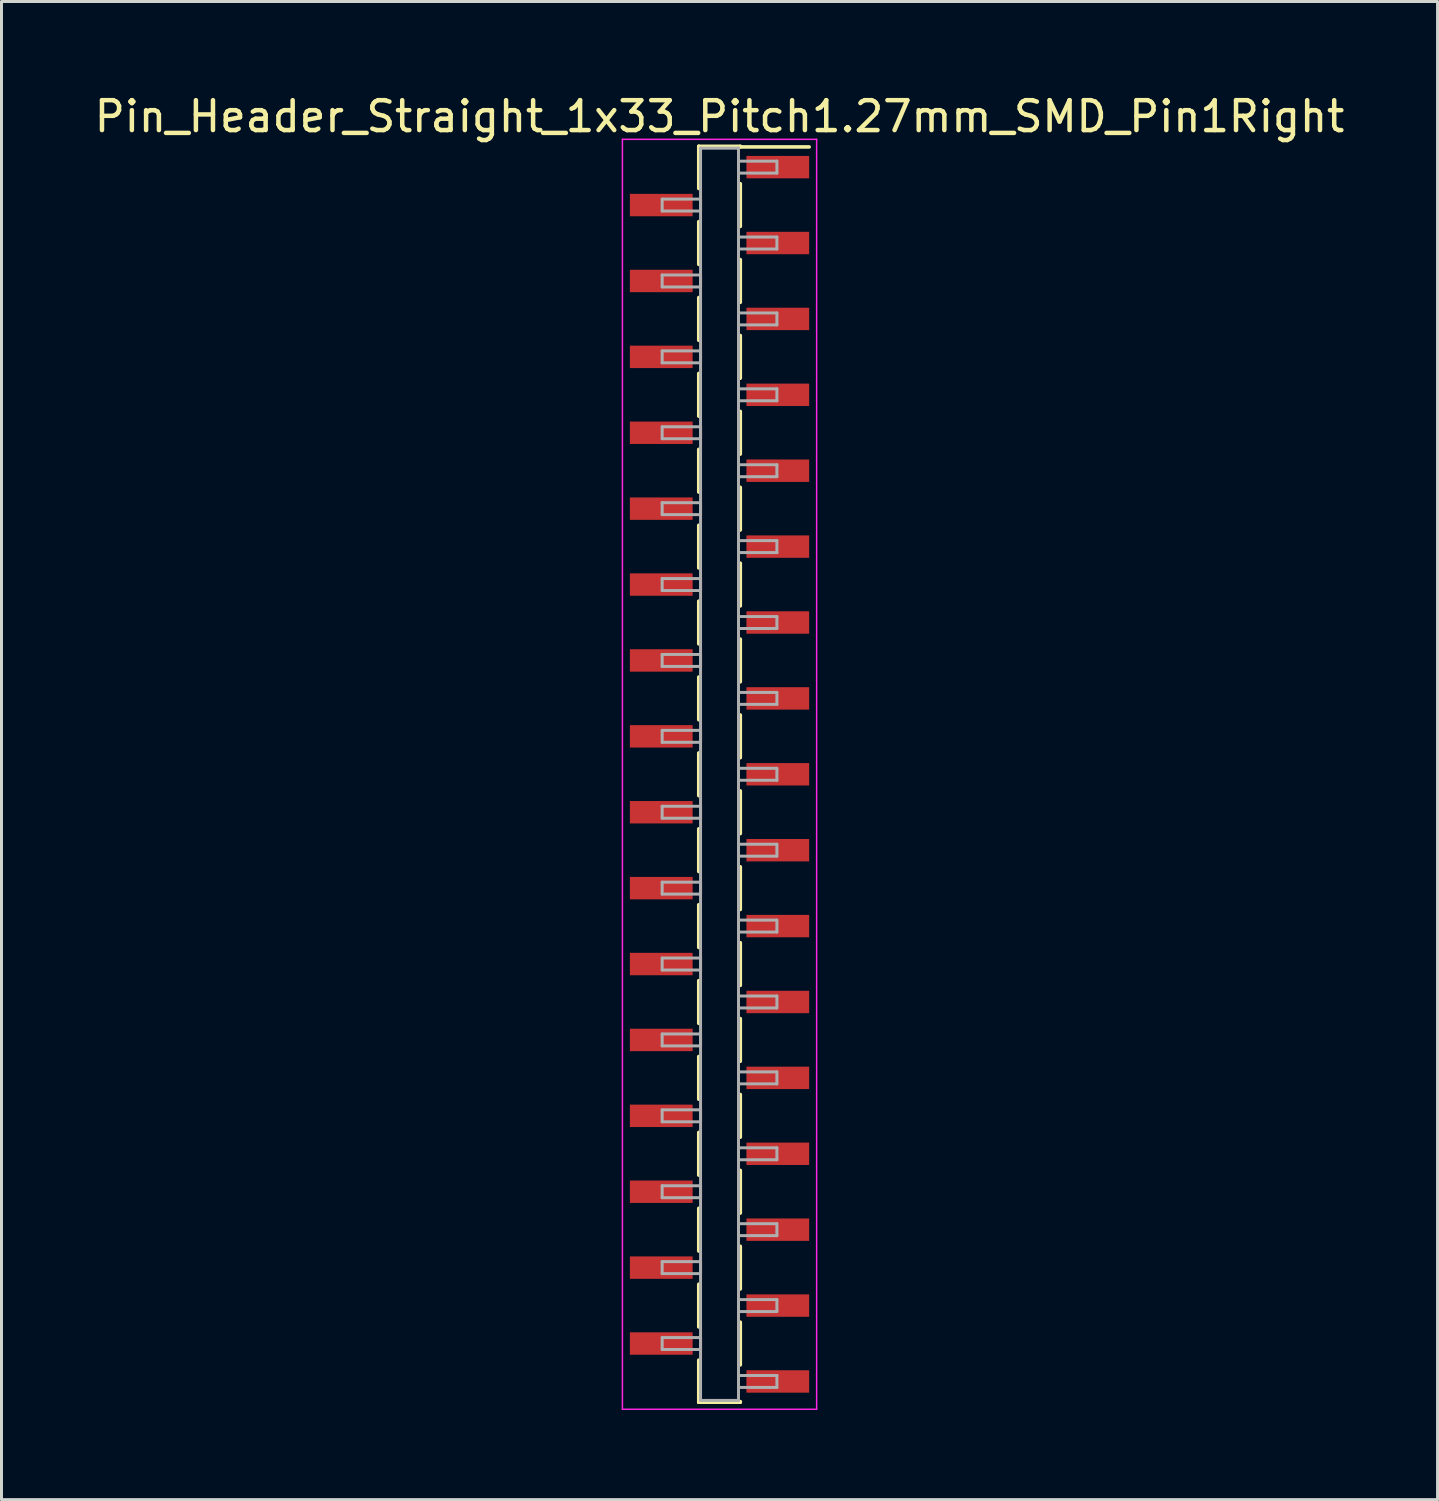
<source format=kicad_pcb>
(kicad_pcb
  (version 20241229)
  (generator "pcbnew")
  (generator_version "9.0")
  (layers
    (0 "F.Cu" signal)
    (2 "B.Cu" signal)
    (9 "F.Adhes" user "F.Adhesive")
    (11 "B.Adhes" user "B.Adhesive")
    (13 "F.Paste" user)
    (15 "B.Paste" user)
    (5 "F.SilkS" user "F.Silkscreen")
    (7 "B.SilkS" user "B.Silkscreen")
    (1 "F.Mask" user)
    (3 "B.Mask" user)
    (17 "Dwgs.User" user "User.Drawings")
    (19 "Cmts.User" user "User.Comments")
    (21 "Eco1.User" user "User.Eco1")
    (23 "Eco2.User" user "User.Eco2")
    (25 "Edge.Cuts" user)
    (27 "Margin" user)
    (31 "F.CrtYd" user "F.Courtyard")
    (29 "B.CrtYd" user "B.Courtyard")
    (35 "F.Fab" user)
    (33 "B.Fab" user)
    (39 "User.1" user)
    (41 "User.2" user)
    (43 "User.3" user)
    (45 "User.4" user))
  (footprint "Pin_Header_Straight_1x33_Pitch1.27mm_SMD_Pin1Right"
    (layer "F.Cu")
    (at 21.03 22.863)
    (property "Reference" "Pin_Header_Straight_1x33_Pitch1.27mm_SMD_Pin1Right" (at 0 -22.015 0) (layer "F.SilkS") (effects (font (size 1 1) (thickness 0.15))))
    (attr smd)
    (fp_line (start -0.695 -21.015) (end -0.695 -19.605) (stroke (width 0.12) (type solid)) (layer "F.SilkS"))
    (fp_line (start -0.695 -21.015) (end 0.695 -21.015) (stroke (width 0.12) (type solid)) (layer "F.SilkS"))
    (fp_line (start -0.695 -20.995) (end -0.695 -21.015) (stroke (width 0.12) (type solid)) (layer "F.SilkS"))
    (fp_line (start -0.695 -18.495) (end -0.695 -17.065) (stroke (width 0.12) (type solid)) (layer "F.SilkS"))
    (fp_line (start -0.695 -15.955) (end -0.695 -14.525) (stroke (width 0.12) (type solid)) (layer "F.SilkS"))
    (fp_line (start -0.695 -13.415) (end -0.695 -11.985) (stroke (width 0.12) (type solid)) (layer "F.SilkS"))
    (fp_line (start -0.695 -10.875) (end -0.695 -9.445) (stroke (width 0.12) (type solid)) (layer "F.SilkS"))
    (fp_line (start -0.695 -8.335) (end -0.695 -6.905) (stroke (width 0.12) (type solid)) (layer "F.SilkS"))
    (fp_line (start -0.695 -5.795) (end -0.695 -4.365) (stroke (width 0.12) (type solid)) (layer "F.SilkS"))
    (fp_line (start -0.695 -3.255) (end -0.695 -1.825) (stroke (width 0.12) (type solid)) (layer "F.SilkS"))
    (fp_line (start -0.695 -0.715) (end -0.695 0.715) (stroke (width 0.12) (type solid)) (layer "F.SilkS"))
    (fp_line (start -0.695 1.825) (end -0.695 3.255) (stroke (width 0.12) (type solid)) (layer "F.SilkS"))
    (fp_line (start -0.695 4.365) (end -0.695 5.795) (stroke (width 0.12) (type solid)) (layer "F.SilkS"))
    (fp_line (start -0.695 6.905) (end -0.695 8.335) (stroke (width 0.12) (type solid)) (layer "F.SilkS"))
    (fp_line (start -0.695 9.445) (end -0.695 10.875) (stroke (width 0.12) (type solid)) (layer "F.SilkS"))
    (fp_line (start -0.695 11.985) (end -0.695 13.415) (stroke (width 0.12) (type solid)) (layer "F.SilkS"))
    (fp_line (start -0.695 14.525) (end -0.695 15.955) (stroke (width 0.12) (type solid)) (layer "F.SilkS"))
    (fp_line (start -0.695 17.065) (end -0.695 18.495) (stroke (width 0.12) (type solid)) (layer "F.SilkS"))
    (fp_line (start -0.695 19.605) (end -0.695 21.015) (stroke (width 0.12) (type solid)) (layer "F.SilkS"))
    (fp_line (start -0.695 20.995) (end -0.695 21.015) (stroke (width 0.12) (type solid)) (layer "F.SilkS"))
    (fp_line (start -0.695 21.015) (end 0.695 21.015) (stroke (width 0.12) (type solid)) (layer "F.SilkS"))
    (fp_line (start 0.695 -21.015) (end 0.695 -20.995) (stroke (width 0.12) (type solid)) (layer "F.SilkS"))
    (fp_line (start 0.695 -20.995) (end 3 -20.995) (stroke (width 0.12) (type solid)) (layer "F.SilkS"))
    (fp_line (start 0.695 -19.765) (end 0.695 -18.335) (stroke (width 0.12) (type solid)) (layer "F.SilkS"))
    (fp_line (start 0.695 -17.225) (end 0.695 -15.795) (stroke (width 0.12) (type solid)) (layer "F.SilkS"))
    (fp_line (start 0.695 -14.685) (end 0.695 -13.255) (stroke (width 0.12) (type solid)) (layer "F.SilkS"))
    (fp_line (start 0.695 -12.145) (end 0.695 -10.715) (stroke (width 0.12) (type solid)) (layer "F.SilkS"))
    (fp_line (start 0.695 -9.605) (end 0.695 -8.175) (stroke (width 0.12) (type solid)) (layer "F.SilkS"))
    (fp_line (start 0.695 -7.065) (end 0.695 -5.635) (stroke (width 0.12) (type solid)) (layer "F.SilkS"))
    (fp_line (start 0.695 -4.525) (end 0.695 -3.095) (stroke (width 0.12) (type solid)) (layer "F.SilkS"))
    (fp_line (start 0.695 -1.985) (end 0.695 -0.555) (stroke (width 0.12) (type solid)) (layer "F.SilkS"))
    (fp_line (start 0.695 0.555) (end 0.695 1.985) (stroke (width 0.12) (type solid)) (layer "F.SilkS"))
    (fp_line (start 0.695 3.095) (end 0.695 4.525) (stroke (width 0.12) (type solid)) (layer "F.SilkS"))
    (fp_line (start 0.695 5.635) (end 0.695 7.065) (stroke (width 0.12) (type solid)) (layer "F.SilkS"))
    (fp_line (start 0.695 8.175) (end 0.695 9.605) (stroke (width 0.12) (type solid)) (layer "F.SilkS"))
    (fp_line (start 0.695 10.715) (end 0.695 12.145) (stroke (width 0.12) (type solid)) (layer "F.SilkS"))
    (fp_line (start 0.695 13.255) (end 0.695 14.685) (stroke (width 0.12) (type solid)) (layer "F.SilkS"))
    (fp_line (start 0.695 15.795) (end 0.695 17.225) (stroke (width 0.12) (type solid)) (layer "F.SilkS"))
    (fp_line (start 0.695 18.335) (end 0.695 19.765) (stroke (width 0.12) (type solid)) (layer "F.SilkS"))
    (fp_line (start 0.695 21.015) (end 0.695 20.995) (stroke (width 0.12) (type solid)) (layer "F.SilkS"))
    (fp_line (start -3.25 -21.25) (end -3.25 21.25) (stroke (width 0.05) (type solid)) (layer "F.CrtYd"))
    (fp_line (start -3.25 21.25) (end 3.25 21.25) (stroke (width 0.05) (type solid)) (layer "F.CrtYd"))
    (fp_line (start 3.25 -21.25) (end -3.25 -21.25) (stroke (width 0.05) (type solid)) (layer "F.CrtYd"))
    (fp_line (start 3.25 21.25) (end 3.25 -21.25) (stroke (width 0.05) (type solid)) (layer "F.CrtYd"))
    (fp_line (start -1.92 -19.25) (end -0.635 -19.25) (stroke (width 0.1) (type solid)) (layer "F.Fab"))
    (fp_line (start -1.92 -18.85) (end -1.92 -19.25) (stroke (width 0.1) (type solid)) (layer "F.Fab"))
    (fp_line (start -1.92 -16.71) (end -0.635 -16.71) (stroke (width 0.1) (type solid)) (layer "F.Fab"))
    (fp_line (start -1.92 -16.31) (end -1.92 -16.71) (stroke (width 0.1) (type solid)) (layer "F.Fab"))
    (fp_line (start -1.92 -14.17) (end -0.635 -14.17) (stroke (width 0.1) (type solid)) (layer "F.Fab"))
    (fp_line (start -1.92 -13.77) (end -1.92 -14.17) (stroke (width 0.1) (type solid)) (layer "F.Fab"))
    (fp_line (start -1.92 -11.63) (end -0.635 -11.63) (stroke (width 0.1) (type solid)) (layer "F.Fab"))
    (fp_line (start -1.92 -11.23) (end -1.92 -11.63) (stroke (width 0.1) (type solid)) (layer "F.Fab"))
    (fp_line (start -1.92 -9.09) (end -0.635 -9.09) (stroke (width 0.1) (type solid)) (layer "F.Fab"))
    (fp_line (start -1.92 -8.69) (end -1.92 -9.09) (stroke (width 0.1) (type solid)) (layer "F.Fab"))
    (fp_line (start -1.92 -6.55) (end -0.635 -6.55) (stroke (width 0.1) (type solid)) (layer "F.Fab"))
    (fp_line (start -1.92 -6.15) (end -1.92 -6.55) (stroke (width 0.1) (type solid)) (layer "F.Fab"))
    (fp_line (start -1.92 -4.01) (end -0.635 -4.01) (stroke (width 0.1) (type solid)) (layer "F.Fab"))
    (fp_line (start -1.92 -3.61) (end -1.92 -4.01) (stroke (width 0.1) (type solid)) (layer "F.Fab"))
    (fp_line (start -1.92 -1.47) (end -0.635 -1.47) (stroke (width 0.1) (type solid)) (layer "F.Fab"))
    (fp_line (start -1.92 -1.07) (end -1.92 -1.47) (stroke (width 0.1) (type solid)) (layer "F.Fab"))
    (fp_line (start -1.92 1.07) (end -0.635 1.07) (stroke (width 0.1) (type solid)) (layer "F.Fab"))
    (fp_line (start -1.92 1.47) (end -1.92 1.07) (stroke (width 0.1) (type solid)) (layer "F.Fab"))
    (fp_line (start -1.92 3.61) (end -0.635 3.61) (stroke (width 0.1) (type solid)) (layer "F.Fab"))
    (fp_line (start -1.92 4.01) (end -1.92 3.61) (stroke (width 0.1) (type solid)) (layer "F.Fab"))
    (fp_line (start -1.92 6.15) (end -0.635 6.15) (stroke (width 0.1) (type solid)) (layer "F.Fab"))
    (fp_line (start -1.92 6.55) (end -1.92 6.15) (stroke (width 0.1) (type solid)) (layer "F.Fab"))
    (fp_line (start -1.92 8.69) (end -0.635 8.69) (stroke (width 0.1) (type solid)) (layer "F.Fab"))
    (fp_line (start -1.92 9.09) (end -1.92 8.69) (stroke (width 0.1) (type solid)) (layer "F.Fab"))
    (fp_line (start -1.92 11.23) (end -0.635 11.23) (stroke (width 0.1) (type solid)) (layer "F.Fab"))
    (fp_line (start -1.92 11.63) (end -1.92 11.23) (stroke (width 0.1) (type solid)) (layer "F.Fab"))
    (fp_line (start -1.92 13.77) (end -0.635 13.77) (stroke (width 0.1) (type solid)) (layer "F.Fab"))
    (fp_line (start -1.92 14.17) (end -1.92 13.77) (stroke (width 0.1) (type solid)) (layer "F.Fab"))
    (fp_line (start -1.92 16.31) (end -0.635 16.31) (stroke (width 0.1) (type solid)) (layer "F.Fab"))
    (fp_line (start -1.92 16.71) (end -1.92 16.31) (stroke (width 0.1) (type solid)) (layer "F.Fab"))
    (fp_line (start -1.92 18.85) (end -0.635 18.85) (stroke (width 0.1) (type solid)) (layer "F.Fab"))
    (fp_line (start -1.92 19.25) (end -1.92 18.85) (stroke (width 0.1) (type solid)) (layer "F.Fab"))
    (fp_line (start -0.635 -20.955) (end -0.635 20.955) (stroke (width 0.1) (type solid)) (layer "F.Fab"))
    (fp_line (start -0.635 -19.25) (end -0.635 -18.85) (stroke (width 0.1) (type solid)) (layer "F.Fab"))
    (fp_line (start -0.635 -18.85) (end -1.92 -18.85) (stroke (width 0.1) (type solid)) (layer "F.Fab"))
    (fp_line (start -0.635 -16.71) (end -0.635 -16.31) (stroke (width 0.1) (type solid)) (layer "F.Fab"))
    (fp_line (start -0.635 -16.31) (end -1.92 -16.31) (stroke (width 0.1) (type solid)) (layer "F.Fab"))
    (fp_line (start -0.635 -14.17) (end -0.635 -13.77) (stroke (width 0.1) (type solid)) (layer "F.Fab"))
    (fp_line (start -0.635 -13.77) (end -1.92 -13.77) (stroke (width 0.1) (type solid)) (layer "F.Fab"))
    (fp_line (start -0.635 -11.63) (end -0.635 -11.23) (stroke (width 0.1) (type solid)) (layer "F.Fab"))
    (fp_line (start -0.635 -11.23) (end -1.92 -11.23) (stroke (width 0.1) (type solid)) (layer "F.Fab"))
    (fp_line (start -0.635 -9.09) (end -0.635 -8.69) (stroke (width 0.1) (type solid)) (layer "F.Fab"))
    (fp_line (start -0.635 -8.69) (end -1.92 -8.69) (stroke (width 0.1) (type solid)) (layer "F.Fab"))
    (fp_line (start -0.635 -6.55) (end -0.635 -6.15) (stroke (width 0.1) (type solid)) (layer "F.Fab"))
    (fp_line (start -0.635 -6.15) (end -1.92 -6.15) (stroke (width 0.1) (type solid)) (layer "F.Fab"))
    (fp_line (start -0.635 -4.01) (end -0.635 -3.61) (stroke (width 0.1) (type solid)) (layer "F.Fab"))
    (fp_line (start -0.635 -3.61) (end -1.92 -3.61) (stroke (width 0.1) (type solid)) (layer "F.Fab"))
    (fp_line (start -0.635 -1.47) (end -0.635 -1.07) (stroke (width 0.1) (type solid)) (layer "F.Fab"))
    (fp_line (start -0.635 -1.07) (end -1.92 -1.07) (stroke (width 0.1) (type solid)) (layer "F.Fab"))
    (fp_line (start -0.635 1.07) (end -0.635 1.47) (stroke (width 0.1) (type solid)) (layer "F.Fab"))
    (fp_line (start -0.635 1.47) (end -1.92 1.47) (stroke (width 0.1) (type solid)) (layer "F.Fab"))
    (fp_line (start -0.635 3.61) (end -0.635 4.01) (stroke (width 0.1) (type solid)) (layer "F.Fab"))
    (fp_line (start -0.635 4.01) (end -1.92 4.01) (stroke (width 0.1) (type solid)) (layer "F.Fab"))
    (fp_line (start -0.635 6.15) (end -0.635 6.55) (stroke (width 0.1) (type solid)) (layer "F.Fab"))
    (fp_line (start -0.635 6.55) (end -1.92 6.55) (stroke (width 0.1) (type solid)) (layer "F.Fab"))
    (fp_line (start -0.635 8.69) (end -0.635 9.09) (stroke (width 0.1) (type solid)) (layer "F.Fab"))
    (fp_line (start -0.635 9.09) (end -1.92 9.09) (stroke (width 0.1) (type solid)) (layer "F.Fab"))
    (fp_line (start -0.635 11.23) (end -0.635 11.63) (stroke (width 0.1) (type solid)) (layer "F.Fab"))
    (fp_line (start -0.635 11.63) (end -1.92 11.63) (stroke (width 0.1) (type solid)) (layer "F.Fab"))
    (fp_line (start -0.635 13.77) (end -0.635 14.17) (stroke (width 0.1) (type solid)) (layer "F.Fab"))
    (fp_line (start -0.635 14.17) (end -1.92 14.17) (stroke (width 0.1) (type solid)) (layer "F.Fab"))
    (fp_line (start -0.635 16.31) (end -0.635 16.71) (stroke (width 0.1) (type solid)) (layer "F.Fab"))
    (fp_line (start -0.635 16.71) (end -1.92 16.71) (stroke (width 0.1) (type solid)) (layer "F.Fab"))
    (fp_line (start -0.635 18.85) (end -0.635 19.25) (stroke (width 0.1) (type solid)) (layer "F.Fab"))
    (fp_line (start -0.635 19.25) (end -1.92 19.25) (stroke (width 0.1) (type solid)) (layer "F.Fab"))
    (fp_line (start -0.635 20.955) (end 0.635 20.955) (stroke (width 0.1) (type solid)) (layer "F.Fab"))
    (fp_line (start 0.635 -20.955) (end -0.635 -20.955) (stroke (width 0.1) (type solid)) (layer "F.Fab"))
    (fp_line (start 0.635 -20.52) (end 0.635 -20.12) (stroke (width 0.1) (type solid)) (layer "F.Fab"))
    (fp_line (start 0.635 -20.12) (end 1.92 -20.12) (stroke (width 0.1) (type solid)) (layer "F.Fab"))
    (fp_line (start 0.635 -17.98) (end 0.635 -17.58) (stroke (width 0.1) (type solid)) (layer "F.Fab"))
    (fp_line (start 0.635 -17.58) (end 1.92 -17.58) (stroke (width 0.1) (type solid)) (layer "F.Fab"))
    (fp_line (start 0.635 -15.44) (end 0.635 -15.04) (stroke (width 0.1) (type solid)) (layer "F.Fab"))
    (fp_line (start 0.635 -15.04) (end 1.92 -15.04) (stroke (width 0.1) (type solid)) (layer "F.Fab"))
    (fp_line (start 0.635 -12.9) (end 0.635 -12.5) (stroke (width 0.1) (type solid)) (layer "F.Fab"))
    (fp_line (start 0.635 -12.5) (end 1.92 -12.5) (stroke (width 0.1) (type solid)) (layer "F.Fab"))
    (fp_line (start 0.635 -10.36) (end 0.635 -9.96) (stroke (width 0.1) (type solid)) (layer "F.Fab"))
    (fp_line (start 0.635 -9.96) (end 1.92 -9.96) (stroke (width 0.1) (type solid)) (layer "F.Fab"))
    (fp_line (start 0.635 -7.82) (end 0.635 -7.42) (stroke (width 0.1) (type solid)) (layer "F.Fab"))
    (fp_line (start 0.635 -7.42) (end 1.92 -7.42) (stroke (width 0.1) (type solid)) (layer "F.Fab"))
    (fp_line (start 0.635 -5.28) (end 0.635 -4.88) (stroke (width 0.1) (type solid)) (layer "F.Fab"))
    (fp_line (start 0.635 -4.88) (end 1.92 -4.88) (stroke (width 0.1) (type solid)) (layer "F.Fab"))
    (fp_line (start 0.635 -2.74) (end 0.635 -2.34) (stroke (width 0.1) (type solid)) (layer "F.Fab"))
    (fp_line (start 0.635 -2.34) (end 1.92 -2.34) (stroke (width 0.1) (type solid)) (layer "F.Fab"))
    (fp_line (start 0.635 -0.2) (end 0.635 0.2) (stroke (width 0.1) (type solid)) (layer "F.Fab"))
    (fp_line (start 0.635 0.2) (end 1.92 0.2) (stroke (width 0.1) (type solid)) (layer "F.Fab"))
    (fp_line (start 0.635 2.34) (end 0.635 2.74) (stroke (width 0.1) (type solid)) (layer "F.Fab"))
    (fp_line (start 0.635 2.74) (end 1.92 2.74) (stroke (width 0.1) (type solid)) (layer "F.Fab"))
    (fp_line (start 0.635 4.88) (end 0.635 5.28) (stroke (width 0.1) (type solid)) (layer "F.Fab"))
    (fp_line (start 0.635 5.28) (end 1.92 5.28) (stroke (width 0.1) (type solid)) (layer "F.Fab"))
    (fp_line (start 0.635 7.42) (end 0.635 7.82) (stroke (width 0.1) (type solid)) (layer "F.Fab"))
    (fp_line (start 0.635 7.82) (end 1.92 7.82) (stroke (width 0.1) (type solid)) (layer "F.Fab"))
    (fp_line (start 0.635 9.96) (end 0.635 10.36) (stroke (width 0.1) (type solid)) (layer "F.Fab"))
    (fp_line (start 0.635 10.36) (end 1.92 10.36) (stroke (width 0.1) (type solid)) (layer "F.Fab"))
    (fp_line (start 0.635 12.5) (end 0.635 12.9) (stroke (width 0.1) (type solid)) (layer "F.Fab"))
    (fp_line (start 0.635 12.9) (end 1.92 12.9) (stroke (width 0.1) (type solid)) (layer "F.Fab"))
    (fp_line (start 0.635 15.04) (end 0.635 15.44) (stroke (width 0.1) (type solid)) (layer "F.Fab"))
    (fp_line (start 0.635 15.44) (end 1.92 15.44) (stroke (width 0.1) (type solid)) (layer "F.Fab"))
    (fp_line (start 0.635 17.58) (end 0.635 17.98) (stroke (width 0.1) (type solid)) (layer "F.Fab"))
    (fp_line (start 0.635 17.98) (end 1.92 17.98) (stroke (width 0.1) (type solid)) (layer "F.Fab"))
    (fp_line (start 0.635 20.12) (end 0.635 20.52) (stroke (width 0.1) (type solid)) (layer "F.Fab"))
    (fp_line (start 0.635 20.52) (end 1.92 20.52) (stroke (width 0.1) (type solid)) (layer "F.Fab"))
    (fp_line (start 0.635 20.955) (end 0.635 -20.955) (stroke (width 0.1) (type solid)) (layer "F.Fab"))
    (fp_line (start 1.92 -20.52) (end 0.635 -20.52) (stroke (width 0.1) (type solid)) (layer "F.Fab"))
    (fp_line (start 1.92 -20.12) (end 1.92 -20.52) (stroke (width 0.1) (type solid)) (layer "F.Fab"))
    (fp_line (start 1.92 -17.98) (end 0.635 -17.98) (stroke (width 0.1) (type solid)) (layer "F.Fab"))
    (fp_line (start 1.92 -17.58) (end 1.92 -17.98) (stroke (width 0.1) (type solid)) (layer "F.Fab"))
    (fp_line (start 1.92 -15.44) (end 0.635 -15.44) (stroke (width 0.1) (type solid)) (layer "F.Fab"))
    (fp_line (start 1.92 -15.04) (end 1.92 -15.44) (stroke (width 0.1) (type solid)) (layer "F.Fab"))
    (fp_line (start 1.92 -12.9) (end 0.635 -12.9) (stroke (width 0.1) (type solid)) (layer "F.Fab"))
    (fp_line (start 1.92 -12.5) (end 1.92 -12.9) (stroke (width 0.1) (type solid)) (layer "F.Fab"))
    (fp_line (start 1.92 -10.36) (end 0.635 -10.36) (stroke (width 0.1) (type solid)) (layer "F.Fab"))
    (fp_line (start 1.92 -9.96) (end 1.92 -10.36) (stroke (width 0.1) (type solid)) (layer "F.Fab"))
    (fp_line (start 1.92 -7.82) (end 0.635 -7.82) (stroke (width 0.1) (type solid)) (layer "F.Fab"))
    (fp_line (start 1.92 -7.42) (end 1.92 -7.82) (stroke (width 0.1) (type solid)) (layer "F.Fab"))
    (fp_line (start 1.92 -5.28) (end 0.635 -5.28) (stroke (width 0.1) (type solid)) (layer "F.Fab"))
    (fp_line (start 1.92 -4.88) (end 1.92 -5.28) (stroke (width 0.1) (type solid)) (layer "F.Fab"))
    (fp_line (start 1.92 -2.74) (end 0.635 -2.74) (stroke (width 0.1) (type solid)) (layer "F.Fab"))
    (fp_line (start 1.92 -2.34) (end 1.92 -2.74) (stroke (width 0.1) (type solid)) (layer "F.Fab"))
    (fp_line (start 1.92 -0.2) (end 0.635 -0.2) (stroke (width 0.1) (type solid)) (layer "F.Fab"))
    (fp_line (start 1.92 0.2) (end 1.92 -0.2) (stroke (width 0.1) (type solid)) (layer "F.Fab"))
    (fp_line (start 1.92 2.34) (end 0.635 2.34) (stroke (width 0.1) (type solid)) (layer "F.Fab"))
    (fp_line (start 1.92 2.74) (end 1.92 2.34) (stroke (width 0.1) (type solid)) (layer "F.Fab"))
    (fp_line (start 1.92 4.88) (end 0.635 4.88) (stroke (width 0.1) (type solid)) (layer "F.Fab"))
    (fp_line (start 1.92 5.28) (end 1.92 4.88) (stroke (width 0.1) (type solid)) (layer "F.Fab"))
    (fp_line (start 1.92 7.42) (end 0.635 7.42) (stroke (width 0.1) (type solid)) (layer "F.Fab"))
    (fp_line (start 1.92 7.82) (end 1.92 7.42) (stroke (width 0.1) (type solid)) (layer "F.Fab"))
    (fp_line (start 1.92 9.96) (end 0.635 9.96) (stroke (width 0.1) (type solid)) (layer "F.Fab"))
    (fp_line (start 1.92 10.36) (end 1.92 9.96) (stroke (width 0.1) (type solid)) (layer "F.Fab"))
    (fp_line (start 1.92 12.5) (end 0.635 12.5) (stroke (width 0.1) (type solid)) (layer "F.Fab"))
    (fp_line (start 1.92 12.9) (end 1.92 12.5) (stroke (width 0.1) (type solid)) (layer "F.Fab"))
    (fp_line (start 1.92 15.04) (end 0.635 15.04) (stroke (width 0.1) (type solid)) (layer "F.Fab"))
    (fp_line (start 1.92 15.44) (end 1.92 15.04) (stroke (width 0.1) (type solid)) (layer "F.Fab"))
    (fp_line (start 1.92 17.58) (end 0.635 17.58) (stroke (width 0.1) (type solid)) (layer "F.Fab"))
    (fp_line (start 1.92 17.98) (end 1.92 17.58) (stroke (width 0.1) (type solid)) (layer "F.Fab"))
    (fp_line (start 1.92 20.12) (end 0.635 20.12) (stroke (width 0.1) (type solid)) (layer "F.Fab"))
    (fp_line (start 1.92 20.52) (end 1.92 20.12) (stroke (width 0.1) (type solid)) (layer "F.Fab"))
    (pad "1" smd rect (at 1.95 -20.32) (size 2.1 0.75) (layers "F.Cu" "F.Mask"))
    (pad "2" smd rect (at -1.95 -19.05) (size 2.1 0.75) (layers "F.Cu" "F.Mask"))
    (pad "3" smd rect (at 1.95 -17.78) (size 2.1 0.75) (layers "F.Cu" "F.Mask"))
    (pad "4" smd rect (at -1.95 -16.51) (size 2.1 0.75) (layers "F.Cu" "F.Mask"))
    (pad "5" smd rect (at 1.95 -15.24) (size 2.1 0.75) (layers "F.Cu" "F.Mask"))
    (pad "6" smd rect (at -1.95 -13.97) (size 2.1 0.75) (layers "F.Cu" "F.Mask"))
    (pad "7" smd rect (at 1.95 -12.7) (size 2.1 0.75) (layers "F.Cu" "F.Mask"))
    (pad "8" smd rect (at -1.95 -11.43) (size 2.1 0.75) (layers "F.Cu" "F.Mask"))
    (pad "9" smd rect (at 1.95 -10.16) (size 2.1 0.75) (layers "F.Cu" "F.Mask"))
    (pad "10" smd rect (at -1.95 -8.89) (size 2.1 0.75) (layers "F.Cu" "F.Mask"))
    (pad "11" smd rect (at 1.95 -7.62) (size 2.1 0.75) (layers "F.Cu" "F.Mask"))
    (pad "12" smd rect (at -1.95 -6.35) (size 2.1 0.75) (layers "F.Cu" "F.Mask"))
    (pad "13" smd rect (at 1.95 -5.08) (size 2.1 0.75) (layers "F.Cu" "F.Mask"))
    (pad "14" smd rect (at -1.95 -3.81) (size 2.1 0.75) (layers "F.Cu" "F.Mask"))
    (pad "15" smd rect (at 1.95 -2.54) (size 2.1 0.75) (layers "F.Cu" "F.Mask"))
    (pad "16" smd rect (at -1.95 -1.27) (size 2.1 0.75) (layers "F.Cu" "F.Mask"))
    (pad "17" smd rect (at 1.95 0) (size 2.1 0.75) (layers "F.Cu" "F.Mask"))
    (pad "18" smd rect (at -1.95 1.27) (size 2.1 0.75) (layers "F.Cu" "F.Mask"))
    (pad "19" smd rect (at 1.95 2.54) (size 2.1 0.75) (layers "F.Cu" "F.Mask"))
    (pad "20" smd rect (at -1.95 3.81) (size 2.1 0.75) (layers "F.Cu" "F.Mask"))
    (pad "21" smd rect (at 1.95 5.08) (size 2.1 0.75) (layers "F.Cu" "F.Mask"))
    (pad "22" smd rect (at -1.95 6.35) (size 2.1 0.75) (layers "F.Cu" "F.Mask"))
    (pad "23" smd rect (at 1.95 7.62) (size 2.1 0.75) (layers "F.Cu" "F.Mask"))
    (pad "24" smd rect (at -1.95 8.89) (size 2.1 0.75) (layers "F.Cu" "F.Mask"))
    (pad "25" smd rect (at 1.95 10.16) (size 2.1 0.75) (layers "F.Cu" "F.Mask"))
    (pad "26" smd rect (at -1.95 11.43) (size 2.1 0.75) (layers "F.Cu" "F.Mask"))
    (pad "27" smd rect (at 1.95 12.7) (size 2.1 0.75) (layers "F.Cu" "F.Mask"))
    (pad "28" smd rect (at -1.95 13.97) (size 2.1 0.75) (layers "F.Cu" "F.Mask"))
    (pad "29" smd rect (at 1.95 15.24) (size 2.1 0.75) (layers "F.Cu" "F.Mask"))
    (pad "30" smd rect (at -1.95 16.51) (size 2.1 0.75) (layers "F.Cu" "F.Mask"))
    (pad "31" smd rect (at 1.95 17.78) (size 2.1 0.75) (layers "F.Cu" "F.Mask"))
    (pad "32" smd rect (at -1.95 19.05) (size 2.1 0.75) (layers "F.Cu" "F.Mask"))
    (pad "33" smd rect (at 1.95 20.32) (size 2.1 0.75) (layers "F.Cu" "F.Mask")))
  (gr_rect
    (start -3 -3)
    (end 45.06 47.138)
    (stroke (width 0.1) (type default))
    (fill no)
    (layer "Edge.Cuts")))
</source>
